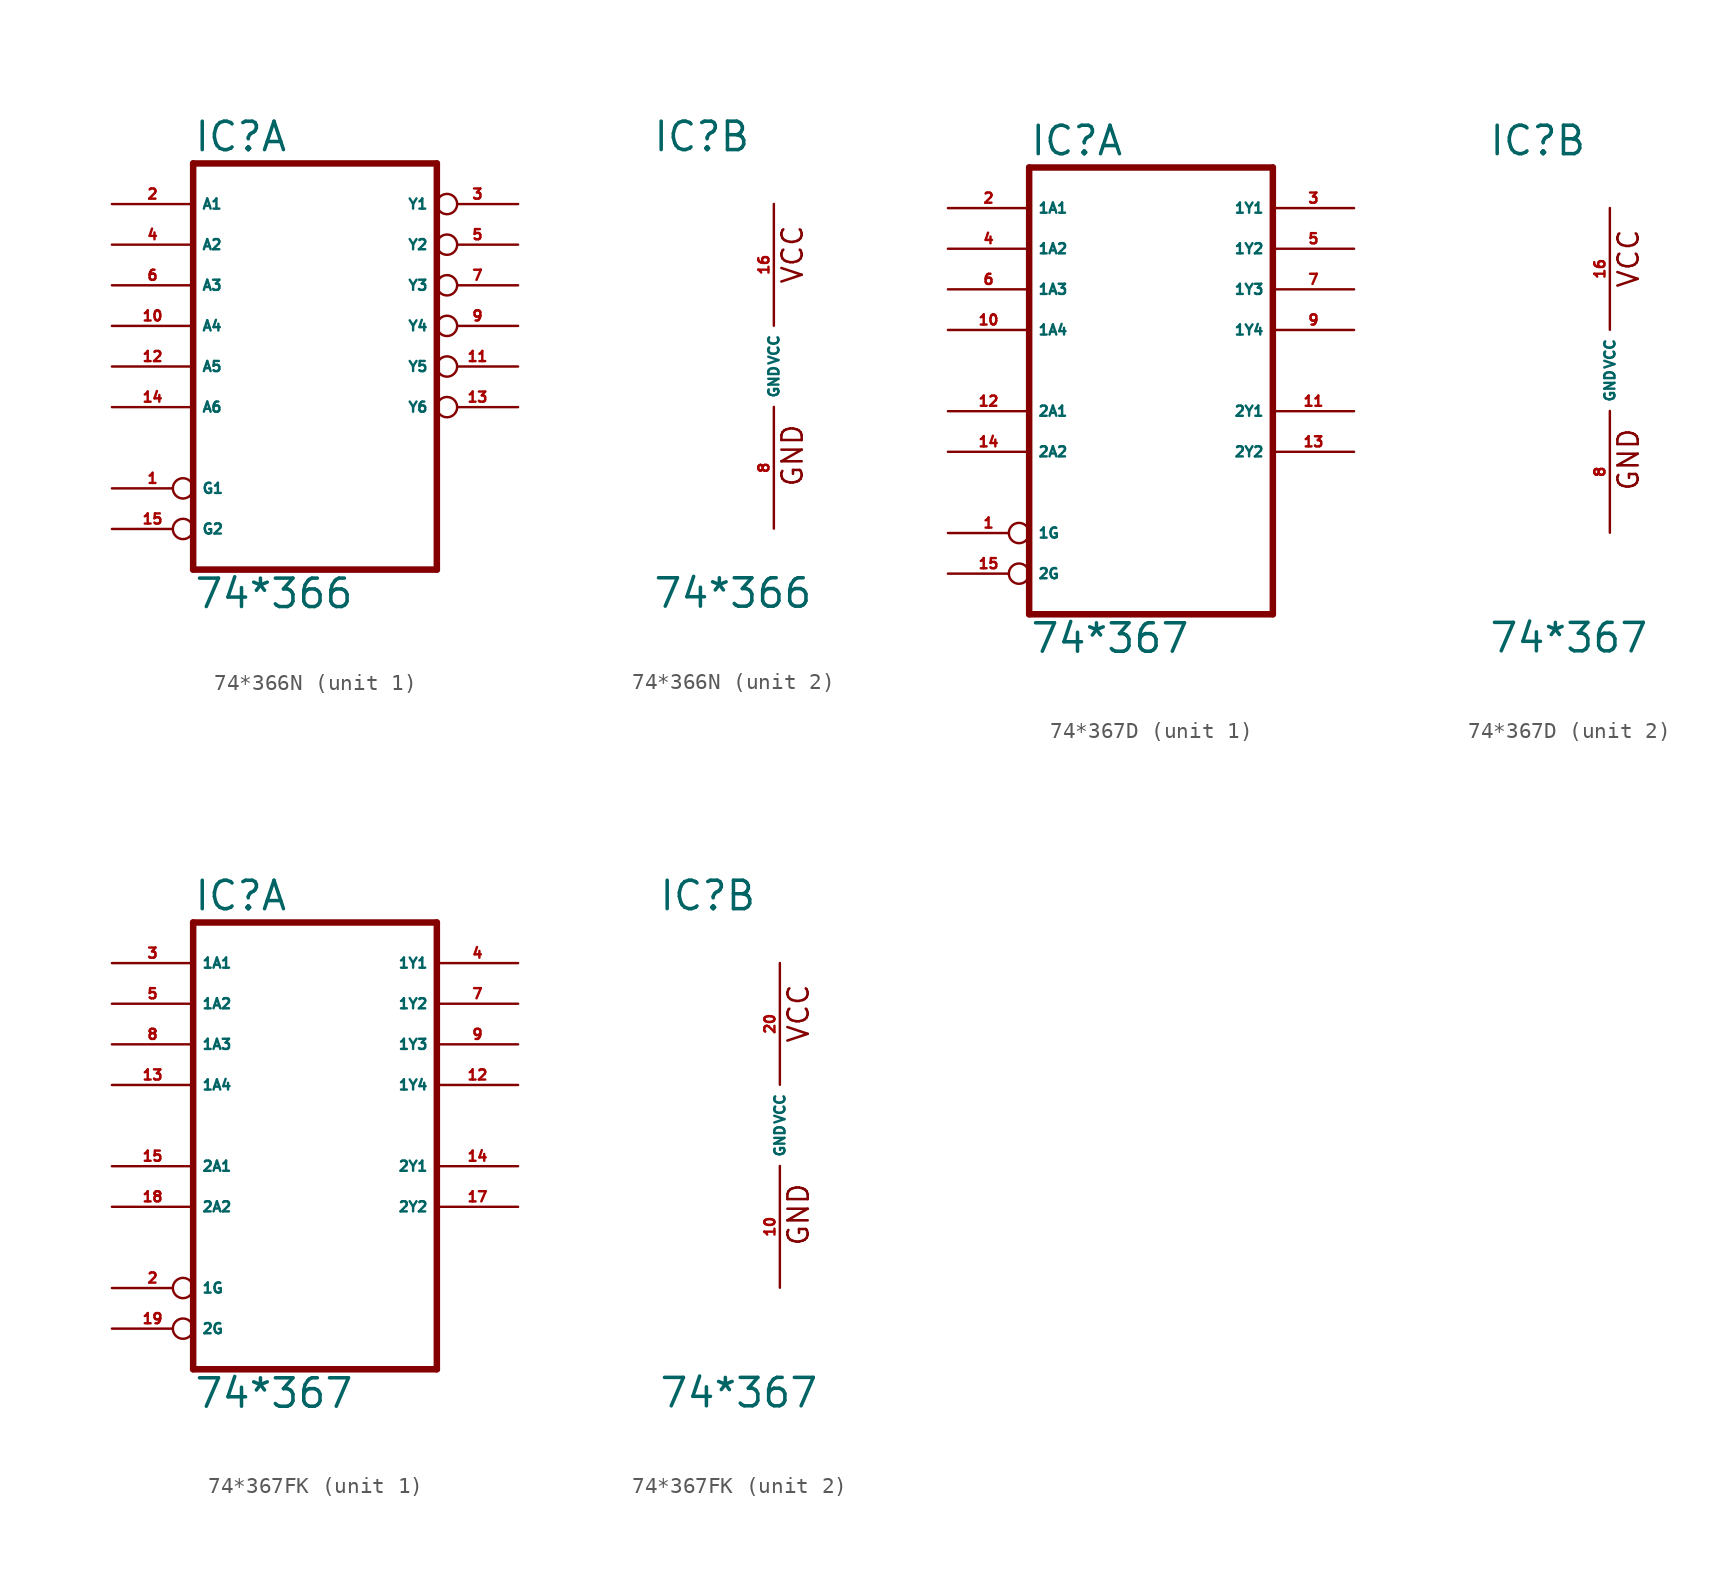
<source format=kicad_sym>
(kicad_symbol_lib
  (version 20220914)
  (generator Eagle2Kicad)
  (symbol "74*366N"
    (property "Reference" "IC"
      (at -7.62 13.335 0)
      (effects (font (size 1.778 1.778) (thickness 0.22)) (justify left bottom)))
    (property "Value" "74*366"
      (at -7.62 -15.24 0)
      (effects (font (size 1.778 1.778) (thickness 0.22)) (justify left bottom)))
    (symbol "74*366N_1_0"
      (polyline (pts (xy -7.62 -12.7) (xy 7.62 -12.7)) (stroke (width 0.406) (type default)) (fill (type none)))
      (polyline (pts (xy 7.62 -12.7) (xy 7.62 12.7)) (stroke (width 0.406) (type default)) (fill (type none)))
      (polyline (pts (xy 7.62 12.7) (xy -7.62 12.7)) (stroke (width 0.406) (type default)) (fill (type none)))
      (polyline (pts (xy -7.62 12.7) (xy -7.62 -12.7)) (stroke (width 0.406) (type default)) (fill (type none)))
      (pin input inverted (at -12.7 -7.62 0) (length 5.08) (name "G1" (effects (font (size 0.635 0.635) (thickness 0.08)) (justify left bottom))) (number "1" (effects (font (size 0.635 0.635) (thickness 0.08)) (justify left bottom))))
      (pin input line (at -12.7 10.16 0) (length 5.08) (name "A1" (effects (font (size 0.635 0.635) (thickness 0.08)) (justify left bottom))) (number "2" (effects (font (size 0.635 0.635) (thickness 0.08)) (justify left bottom))))
      (pin tri_state inverted (at 12.7 10.16 180) (length 5.08) (name "Y1" (effects (font (size 0.635 0.635) (thickness 0.08)) (justify left bottom))) (number "3" (effects (font (size 0.635 0.635) (thickness 0.08)) (justify left bottom))))
      (pin input line (at -12.7 7.62 0) (length 5.08) (name "A2" (effects (font (size 0.635 0.635) (thickness 0.08)) (justify left bottom))) (number "4" (effects (font (size 0.635 0.635) (thickness 0.08)) (justify left bottom))))
      (pin tri_state inverted (at 12.7 7.62 180) (length 5.08) (name "Y2" (effects (font (size 0.635 0.635) (thickness 0.08)) (justify left bottom))) (number "5" (effects (font (size 0.635 0.635) (thickness 0.08)) (justify left bottom))))
      (pin input line (at -12.7 5.08 0) (length 5.08) (name "A3" (effects (font (size 0.635 0.635) (thickness 0.08)) (justify left bottom))) (number "6" (effects (font (size 0.635 0.635) (thickness 0.08)) (justify left bottom))))
      (pin tri_state inverted (at 12.7 5.08 180) (length 5.08) (name "Y3" (effects (font (size 0.635 0.635) (thickness 0.08)) (justify left bottom))) (number "7" (effects (font (size 0.635 0.635) (thickness 0.08)) (justify left bottom))))
      (pin tri_state inverted (at 12.7 2.54 180) (length 5.08) (name "Y4" (effects (font (size 0.635 0.635) (thickness 0.08)) (justify left bottom))) (number "9" (effects (font (size 0.635 0.635) (thickness 0.08)) (justify left bottom))))
      (pin input line (at -12.7 2.54 0) (length 5.08) (name "A4" (effects (font (size 0.635 0.635) (thickness 0.08)) (justify left bottom))) (number "10" (effects (font (size 0.635 0.635) (thickness 0.08)) (justify left bottom))))
      (pin tri_state inverted (at 12.7 0 180) (length 5.08) (name "Y5" (effects (font (size 0.635 0.635) (thickness 0.08)) (justify left bottom))) (number "11" (effects (font (size 0.635 0.635) (thickness 0.08)) (justify left bottom))))
      (pin input line (at -12.7 0 0) (length 5.08) (name "A5" (effects (font (size 0.635 0.635) (thickness 0.08)) (justify left bottom))) (number "12" (effects (font (size 0.635 0.635) (thickness 0.08)) (justify left bottom))))
      (pin tri_state inverted (at 12.7 -2.54 180) (length 5.08) (name "Y6" (effects (font (size 0.635 0.635) (thickness 0.08)) (justify left bottom))) (number "13" (effects (font (size 0.635 0.635) (thickness 0.08)) (justify left bottom))))
      (pin input line (at -12.7 -2.54 0) (length 5.08) (name "A6" (effects (font (size 0.635 0.635) (thickness 0.08)) (justify left bottom))) (number "14" (effects (font (size 0.635 0.635) (thickness 0.08)) (justify left bottom))))
      (pin input inverted (at -12.7 -10.16 0) (length 5.08) (name "G2" (effects (font (size 0.635 0.635) (thickness 0.08)) (justify left bottom))) (number "15" (effects (font (size 0.635 0.635) (thickness 0.08)) (justify left bottom)))))
    (symbol "74*366N_2_0"
      (text "GND" (at 1.905 -7.62 900) (effects (font (size 1.27 1.27) (thickness 0.16)) (justify left bottom)))
      (text "VCC" (at 1.905 5.08 900) (effects (font (size 1.27 1.27) (thickness 0.16)) (justify left bottom)))
      (pin unspecified line (at 0 -10.16 90) (length 7.62) (name "GND" (effects (font (size 0.635 0.635) (thickness 0.08)) (justify left bottom))) (number "8" (effects (font (size 0.635 0.635) (thickness 0.08)) (justify left bottom))))
      (pin unspecified line (at 0 10.16 270) (length 7.62) (name "VCC" (effects (font (size 0.635 0.635) (thickness 0.08)) (justify left bottom))) (number "16" (effects (font (size 0.635 0.635) (thickness 0.08)) (justify left bottom))))))
  (symbol "74*367D"
    (property "Reference" "IC"
      (at -7.62 13.335 0)
      (effects (font (size 1.778 1.778) (thickness 0.22)) (justify left bottom)))
    (property "Value" "74*367"
      (at -7.62 -17.78 0)
      (effects (font (size 1.778 1.778) (thickness 0.22)) (justify left bottom)))
    (symbol "74*367D_1_0"
      (polyline (pts (xy -7.62 -15.24) (xy 7.62 -15.24)) (stroke (width 0.406) (type default)) (fill (type none)))
      (polyline (pts (xy 7.62 -15.24) (xy 7.62 12.7)) (stroke (width 0.406) (type default)) (fill (type none)))
      (polyline (pts (xy 7.62 12.7) (xy -7.62 12.7)) (stroke (width 0.406) (type default)) (fill (type none)))
      (polyline (pts (xy -7.62 12.7) (xy -7.62 -15.24)) (stroke (width 0.406) (type default)) (fill (type none)))
      (pin input inverted (at -12.7 -10.16 0) (length 5.08) (name "1G" (effects (font (size 0.635 0.635) (thickness 0.08)) (justify left bottom))) (number "1" (effects (font (size 0.635 0.635) (thickness 0.08)) (justify left bottom))))
      (pin input line (at -12.7 10.16 0) (length 5.08) (name "1A1" (effects (font (size 0.635 0.635) (thickness 0.08)) (justify left bottom))) (number "2" (effects (font (size 0.635 0.635) (thickness 0.08)) (justify left bottom))))
      (pin tri_state line (at 12.7 10.16 180) (length 5.08) (name "1Y1" (effects (font (size 0.635 0.635) (thickness 0.08)) (justify left bottom))) (number "3" (effects (font (size 0.635 0.635) (thickness 0.08)) (justify left bottom))))
      (pin input line (at -12.7 7.62 0) (length 5.08) (name "1A2" (effects (font (size 0.635 0.635) (thickness 0.08)) (justify left bottom))) (number "4" (effects (font (size 0.635 0.635) (thickness 0.08)) (justify left bottom))))
      (pin tri_state line (at 12.7 7.62 180) (length 5.08) (name "1Y2" (effects (font (size 0.635 0.635) (thickness 0.08)) (justify left bottom))) (number "5" (effects (font (size 0.635 0.635) (thickness 0.08)) (justify left bottom))))
      (pin input line (at -12.7 5.08 0) (length 5.08) (name "1A3" (effects (font (size 0.635 0.635) (thickness 0.08)) (justify left bottom))) (number "6" (effects (font (size 0.635 0.635) (thickness 0.08)) (justify left bottom))))
      (pin tri_state line (at 12.7 5.08 180) (length 5.08) (name "1Y3" (effects (font (size 0.635 0.635) (thickness 0.08)) (justify left bottom))) (number "7" (effects (font (size 0.635 0.635) (thickness 0.08)) (justify left bottom))))
      (pin tri_state line (at 12.7 2.54 180) (length 5.08) (name "1Y4" (effects (font (size 0.635 0.635) (thickness 0.08)) (justify left bottom))) (number "9" (effects (font (size 0.635 0.635) (thickness 0.08)) (justify left bottom))))
      (pin input line (at -12.7 2.54 0) (length 5.08) (name "1A4" (effects (font (size 0.635 0.635) (thickness 0.08)) (justify left bottom))) (number "10" (effects (font (size 0.635 0.635) (thickness 0.08)) (justify left bottom))))
      (pin tri_state line (at 12.7 -2.54 180) (length 5.08) (name "2Y1" (effects (font (size 0.635 0.635) (thickness 0.08)) (justify left bottom))) (number "11" (effects (font (size 0.635 0.635) (thickness 0.08)) (justify left bottom))))
      (pin input line (at -12.7 -2.54 0) (length 5.08) (name "2A1" (effects (font (size 0.635 0.635) (thickness 0.08)) (justify left bottom))) (number "12" (effects (font (size 0.635 0.635) (thickness 0.08)) (justify left bottom))))
      (pin tri_state line (at 12.7 -5.08 180) (length 5.08) (name "2Y2" (effects (font (size 0.635 0.635) (thickness 0.08)) (justify left bottom))) (number "13" (effects (font (size 0.635 0.635) (thickness 0.08)) (justify left bottom))))
      (pin input line (at -12.7 -5.08 0) (length 5.08) (name "2A2" (effects (font (size 0.635 0.635) (thickness 0.08)) (justify left bottom))) (number "14" (effects (font (size 0.635 0.635) (thickness 0.08)) (justify left bottom))))
      (pin input inverted (at -12.7 -12.7 0) (length 5.08) (name "2G" (effects (font (size 0.635 0.635) (thickness 0.08)) (justify left bottom))) (number "15" (effects (font (size 0.635 0.635) (thickness 0.08)) (justify left bottom)))))
    (symbol "74*367D_2_0"
      (text "GND" (at 1.905 -7.62 900) (effects (font (size 1.27 1.27) (thickness 0.16)) (justify left bottom)))
      (text "VCC" (at 1.905 5.08 900) (effects (font (size 1.27 1.27) (thickness 0.16)) (justify left bottom)))
      (pin unspecified line (at 0 -10.16 90) (length 7.62) (name "GND" (effects (font (size 0.635 0.635) (thickness 0.08)) (justify left bottom))) (number "8" (effects (font (size 0.635 0.635) (thickness 0.08)) (justify left bottom))))
      (pin unspecified line (at 0 10.16 270) (length 7.62) (name "VCC" (effects (font (size 0.635 0.635) (thickness 0.08)) (justify left bottom))) (number "16" (effects (font (size 0.635 0.635) (thickness 0.08)) (justify left bottom))))))
  (symbol "74*367FK"
    (property "Reference" "IC"
      (at -7.62 13.335 0)
      (effects (font (size 1.778 1.778) (thickness 0.22)) (justify left bottom)))
    (property "Value" "74*367"
      (at -7.62 -17.78 0)
      (effects (font (size 1.778 1.778) (thickness 0.22)) (justify left bottom)))
    (symbol "74*367FK_1_0"
      (polyline (pts (xy -7.62 -15.24) (xy 7.62 -15.24)) (stroke (width 0.406) (type default)) (fill (type none)))
      (polyline (pts (xy 7.62 -15.24) (xy 7.62 12.7)) (stroke (width 0.406) (type default)) (fill (type none)))
      (polyline (pts (xy 7.62 12.7) (xy -7.62 12.7)) (stroke (width 0.406) (type default)) (fill (type none)))
      (polyline (pts (xy -7.62 12.7) (xy -7.62 -15.24)) (stroke (width 0.406) (type default)) (fill (type none)))
      (pin input inverted (at -12.7 -10.16 0) (length 5.08) (name "1G" (effects (font (size 0.635 0.635) (thickness 0.08)) (justify left bottom))) (number "2" (effects (font (size 0.635 0.635) (thickness 0.08)) (justify left bottom))))
      (pin input line (at -12.7 10.16 0) (length 5.08) (name "1A1" (effects (font (size 0.635 0.635) (thickness 0.08)) (justify left bottom))) (number "3" (effects (font (size 0.635 0.635) (thickness 0.08)) (justify left bottom))))
      (pin tri_state line (at 12.7 10.16 180) (length 5.08) (name "1Y1" (effects (font (size 0.635 0.635) (thickness 0.08)) (justify left bottom))) (number "4" (effects (font (size 0.635 0.635) (thickness 0.08)) (justify left bottom))))
      (pin input line (at -12.7 7.62 0) (length 5.08) (name "1A2" (effects (font (size 0.635 0.635) (thickness 0.08)) (justify left bottom))) (number "5" (effects (font (size 0.635 0.635) (thickness 0.08)) (justify left bottom))))
      (pin tri_state line (at 12.7 7.62 180) (length 5.08) (name "1Y2" (effects (font (size 0.635 0.635) (thickness 0.08)) (justify left bottom))) (number "7" (effects (font (size 0.635 0.635) (thickness 0.08)) (justify left bottom))))
      (pin input line (at -12.7 5.08 0) (length 5.08) (name "1A3" (effects (font (size 0.635 0.635) (thickness 0.08)) (justify left bottom))) (number "8" (effects (font (size 0.635 0.635) (thickness 0.08)) (justify left bottom))))
      (pin tri_state line (at 12.7 5.08 180) (length 5.08) (name "1Y3" (effects (font (size 0.635 0.635) (thickness 0.08)) (justify left bottom))) (number "9" (effects (font (size 0.635 0.635) (thickness 0.08)) (justify left bottom))))
      (pin tri_state line (at 12.7 2.54 180) (length 5.08) (name "1Y4" (effects (font (size 0.635 0.635) (thickness 0.08)) (justify left bottom))) (number "12" (effects (font (size 0.635 0.635) (thickness 0.08)) (justify left bottom))))
      (pin input line (at -12.7 2.54 0) (length 5.08) (name "1A4" (effects (font (size 0.635 0.635) (thickness 0.08)) (justify left bottom))) (number "13" (effects (font (size 0.635 0.635) (thickness 0.08)) (justify left bottom))))
      (pin tri_state line (at 12.7 -2.54 180) (length 5.08) (name "2Y1" (effects (font (size 0.635 0.635) (thickness 0.08)) (justify left bottom))) (number "14" (effects (font (size 0.635 0.635) (thickness 0.08)) (justify left bottom))))
      (pin input line (at -12.7 -2.54 0) (length 5.08) (name "2A1" (effects (font (size 0.635 0.635) (thickness 0.08)) (justify left bottom))) (number "15" (effects (font (size 0.635 0.635) (thickness 0.08)) (justify left bottom))))
      (pin tri_state line (at 12.7 -5.08 180) (length 5.08) (name "2Y2" (effects (font (size 0.635 0.635) (thickness 0.08)) (justify left bottom))) (number "17" (effects (font (size 0.635 0.635) (thickness 0.08)) (justify left bottom))))
      (pin input line (at -12.7 -5.08 0) (length 5.08) (name "2A2" (effects (font (size 0.635 0.635) (thickness 0.08)) (justify left bottom))) (number "18" (effects (font (size 0.635 0.635) (thickness 0.08)) (justify left bottom))))
      (pin input inverted (at -12.7 -12.7 0) (length 5.08) (name "2G" (effects (font (size 0.635 0.635) (thickness 0.08)) (justify left bottom))) (number "19" (effects (font (size 0.635 0.635) (thickness 0.08)) (justify left bottom)))))
    (symbol "74*367FK_2_0"
      (text "GND" (at 1.905 -7.62 900) (effects (font (size 1.27 1.27) (thickness 0.16)) (justify left bottom)))
      (text "VCC" (at 1.905 5.08 900) (effects (font (size 1.27 1.27) (thickness 0.16)) (justify left bottom)))
      (pin unspecified line (at 0 -10.16 90) (length 7.62) (name "GND" (effects (font (size 0.635 0.635) (thickness 0.08)) (justify left bottom))) (number "10" (effects (font (size 0.635 0.635) (thickness 0.08)) (justify left bottom))))
      (pin unspecified line (at 0 10.16 270) (length 7.62) (name "VCC" (effects (font (size 0.635 0.635) (thickness 0.08)) (justify left bottom))) (number "20" (effects (font (size 0.635 0.635) (thickness 0.08)) (justify left bottom)))))))
</source>
